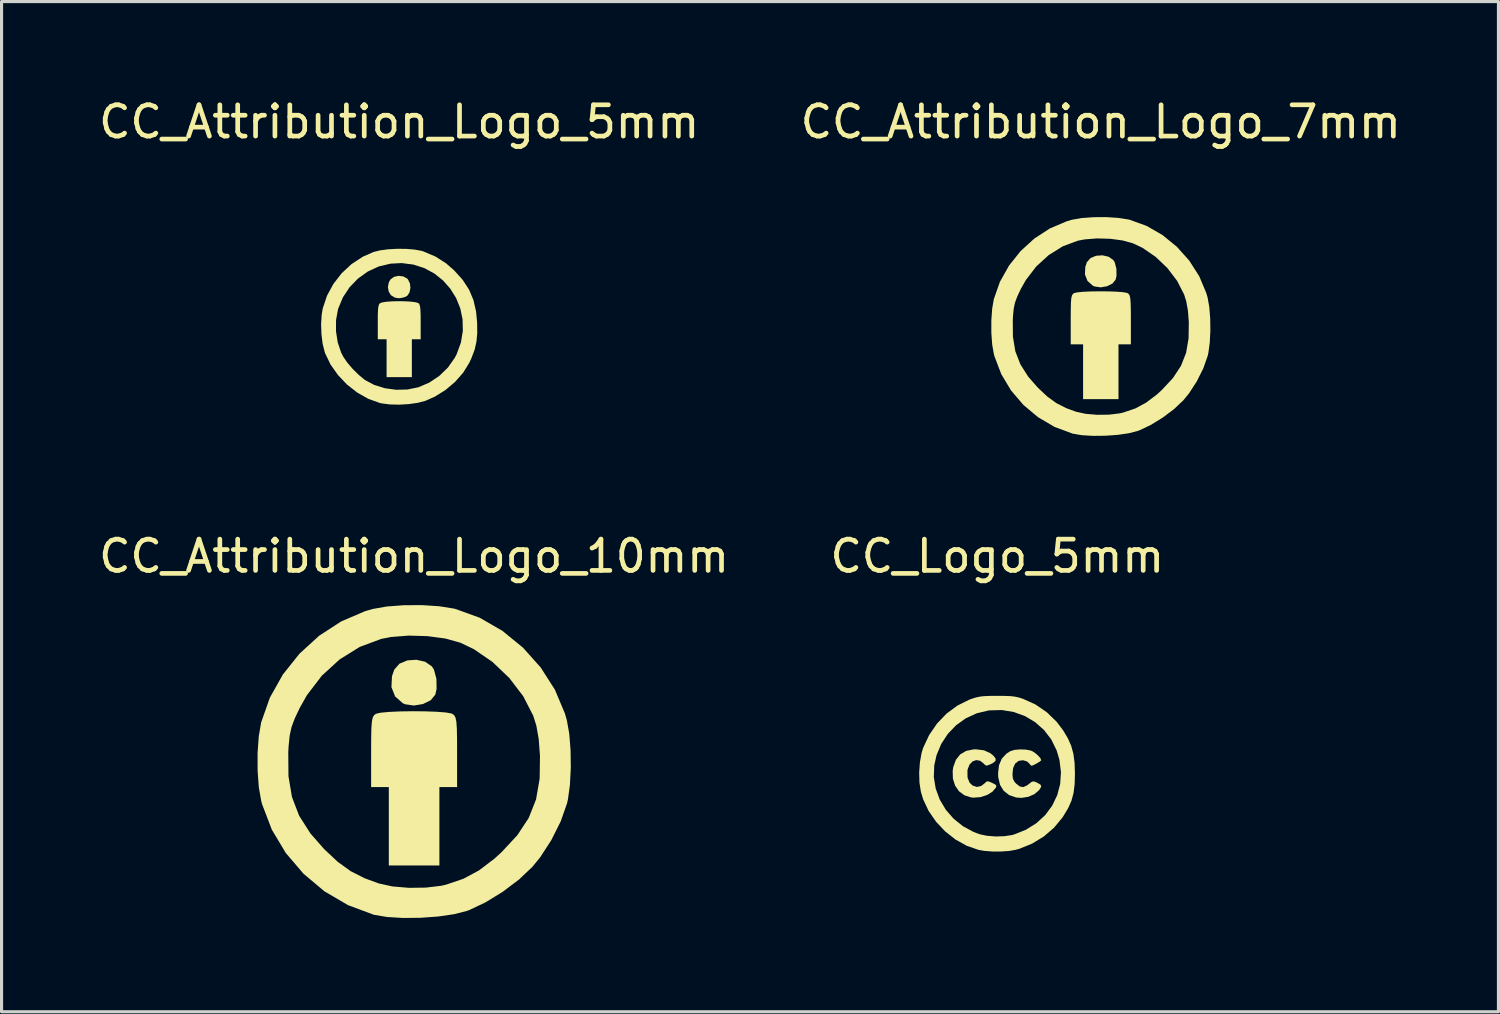
<source format=kicad_pcb>
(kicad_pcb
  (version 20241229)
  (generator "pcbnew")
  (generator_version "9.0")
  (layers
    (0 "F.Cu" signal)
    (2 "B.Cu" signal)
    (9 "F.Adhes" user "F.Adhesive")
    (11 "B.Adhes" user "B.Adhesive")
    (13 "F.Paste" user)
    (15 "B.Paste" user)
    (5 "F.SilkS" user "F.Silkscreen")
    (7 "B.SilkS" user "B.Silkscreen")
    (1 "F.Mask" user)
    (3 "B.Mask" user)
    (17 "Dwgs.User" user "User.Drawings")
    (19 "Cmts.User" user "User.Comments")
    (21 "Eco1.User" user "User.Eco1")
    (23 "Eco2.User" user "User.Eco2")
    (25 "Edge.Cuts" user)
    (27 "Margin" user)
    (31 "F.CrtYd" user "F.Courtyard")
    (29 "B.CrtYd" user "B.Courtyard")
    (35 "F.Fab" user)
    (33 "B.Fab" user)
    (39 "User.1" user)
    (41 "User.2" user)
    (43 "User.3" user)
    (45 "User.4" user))
  (footprint "CC_Attribution_Logo_7mm"
    (layer "F.Cu")
    (at 32.161 7.398)
    (property "Reference" "CC_Attribution_Logo_7mm" (at 0 -6.55 0) (unlocked yes) (layer "F.SilkS") (effects (font (size 1 1) (thickness 0.15))))
    (attr exclude_from_pos_files exclude_from_bom)
    (fp_poly (pts (xy 0.248 -2.237) (xy 0.398 -2.133) (xy 0.444 -2.062) (xy 0.499 -1.854) (xy 0.503 -1.628) (xy 0.474 -1.502) (xy 0.371 -1.376) (xy 0.199 -1.291) (xy -0.004 -1.257) (xy -0.199 -1.285) (xy -0.255 -1.31) (xy -0.425 -1.461) (xy -0.507 -1.669) (xy -0.495 -1.912) (xy -0.444 -2.062) (xy -0.328 -2.194) (xy -0.15 -2.267) (xy 0.053 -2.281)) (stroke (width 0) (type solid)) (fill yes) (layer "F.SilkS"))
    (fp_poly (pts (xy 0.247 -1.127) (xy 0.505 -1.118) (xy 0.71 -1.102) (xy 0.837 -1.079) (xy 0.852 -1.073) (xy 0.896 -1.041) (xy 0.926 -0.987) (xy 0.945 -0.892) (xy 0.956 -0.739) (xy 0.961 -0.507) (xy 0.962 -0.224) (xy 0.962 0.566) (xy 0.566 0.566) (xy 0.566 2.319) (xy -0.566 2.319) (xy -0.566 0.566) (xy -0.962 0.566) (xy -0.962 -0.224) (xy -0.96 -0.54) (xy -0.955 -0.761) (xy -0.944 -0.907) (xy -0.923 -0.995) (xy -0.891 -1.046) (xy -0.852 -1.073) (xy -0.749 -1.097) (xy -0.559 -1.115) (xy -0.312 -1.126) (xy -0.034 -1.13)) (stroke (width 0) (type solid)) (fill yes) (layer "F.SilkS"))
    (fp_poly (pts (xy 0.562 -3.478) (xy 0.887 -3.427) (xy 0.925 -3.418) (xy 1.468 -3.221) (xy 1.976 -2.928) (xy 2.435 -2.553) (xy 2.831 -2.11) (xy 3.148 -1.614) (xy 3.373 -1.08) (xy 3.418 -0.925) (xy 3.471 -0.625) (xy 3.5 -0.257) (xy 3.505 0.137) (xy 3.485 0.517) (xy 3.441 0.841) (xy 3.421 0.93) (xy 3.28 1.333) (xy 3.07 1.752) (xy 2.819 2.139) (xy 2.643 2.354) (xy 2.345 2.636) (xy 1.984 2.908) (xy 1.6 3.144) (xy 1.233 3.318) (xy 1.18 3.337) (xy 0.897 3.41) (xy 0.541 3.462) (xy 0.148 3.49) (xy -0.247 3.494) (xy -0.606 3.473) (xy -0.893 3.424) (xy -0.905 3.421) (xy -1.48 3.207) (xy -2.006 2.898) (xy -2.474 2.506) (xy -2.87 2.043) (xy -3.183 1.52) (xy -3.401 0.949) (xy -3.42 0.879) (xy -3.474 0.573) (xy -3.501 0.2) (xy -3.501 -0.195) (xy -3.5 -0.212) (xy -2.815 -0.212) (xy -2.811 0.323) (xy -2.733 0.789) (xy -2.571 1.208) (xy -2.319 1.604) (xy -2.008 1.958) (xy -1.707 2.24) (xy -1.42 2.447) (xy -1.107 2.607) (xy -0.792 2.722) (xy -0.485 2.789) (xy -0.118 2.82) (xy 0.262 2.816) (xy 0.608 2.774) (xy 0.716 2.749) (xy 1.103 2.618) (xy 1.451 2.431) (xy 1.795 2.17) (xy 1.954 2.025) (xy 2.309 1.644) (xy 2.564 1.256) (xy 2.728 0.841) (xy 2.808 0.377) (xy 2.816 -0.135) (xy 2.787 -0.511) (xy 2.734 -0.808) (xy 2.664 -1.032) (xy 2.441 -1.465) (xy 2.13 -1.874) (xy 1.753 -2.233) (xy 1.335 -2.52) (xy 1.032 -2.664) (xy 0.697 -2.757) (xy 0.298 -2.81) (xy -0.121 -2.822) (xy -0.519 -2.79) (xy -0.737 -2.748) (xy -1.218 -2.568) (xy -1.665 -2.289) (xy -2.064 -1.925) (xy -2.398 -1.489) (xy -2.557 -1.207) (xy -2.671 -0.966) (xy -2.742 -0.775) (xy -2.784 -0.586) (xy -2.807 -0.352) (xy -2.815 -0.212) (xy -3.5 -0.212) (xy -3.475 -0.569) (xy -3.422 -0.879) (xy -3.422 -0.879) (xy -3.226 -1.435) (xy -2.935 -1.953) (xy -2.563 -2.419) (xy -2.124 -2.819) (xy -1.63 -3.14) (xy -1.095 -3.368) (xy -0.925 -3.418) (xy -0.611 -3.473) (xy -0.23 -3.501) (xy 0.175 -3.503)) (stroke (width 0) (type solid)) (fill yes) (layer "F.SilkS")))
  (footprint "CC_Attribution_Logo_10mm"
    (layer "F.Cu")
    (at 10.196 21.291)
    (property "Reference" "CC_Attribution_Logo_10mm" (at 0 -6.55 0) (unlocked yes) (layer "F.SilkS") (effects (font (size 1 1) (thickness 0.15))))
    (attr exclude_from_pos_files exclude_from_bom)
    (fp_poly (pts (xy 0.354 -3.173) (xy 0.568 -3.025) (xy 0.634 -2.923) (xy 0.714 -2.626) (xy 0.719 -2.303) (xy 0.678 -2.122) (xy 0.531 -1.942) (xy 0.284 -1.821) (xy -0.006 -1.773) (xy -0.284 -1.813) (xy -0.364 -1.848) (xy -0.608 -2.065) (xy -0.725 -2.361) (xy -0.708 -2.709) (xy -0.634 -2.923) (xy -0.468 -3.112) (xy -0.215 -3.217) (xy 0.076 -3.237)) (stroke (width 0) (type solid)) (fill yes) (layer "F.SilkS"))
    (fp_poly (pts (xy 0.354 -1.587) (xy 0.722 -1.574) (xy 1.016 -1.551) (xy 1.197 -1.518) (xy 1.219 -1.509) (xy 1.281 -1.463) (xy 1.324 -1.386) (xy 1.352 -1.251) (xy 1.367 -1.031) (xy 1.374 -0.7) (xy 1.375 -0.296) (xy 1.375 0.834) (xy 0.809 0.834) (xy 0.809 3.342) (xy -0.809 3.342) (xy -0.809 0.834) (xy -1.375 0.834) (xy -1.375 -0.296) (xy -1.373 -0.747) (xy -1.366 -1.063) (xy -1.349 -1.272) (xy -1.32 -1.398) (xy -1.275 -1.47) (xy -1.219 -1.509) (xy -1.07 -1.544) (xy -0.8 -1.569) (xy -0.446 -1.585) (xy -0.048 -1.591)) (stroke (width 0) (type solid)) (fill yes) (layer "F.SilkS"))
    (fp_poly (pts (xy 0.803 -4.949) (xy 1.269 -4.875) (xy 1.323 -4.862) (xy 2.099 -4.581) (xy 2.825 -4.162) (xy 3.482 -3.625) (xy 4.048 -2.992) (xy 4.502 -2.283) (xy 4.824 -1.519) (xy 4.887 -1.298) (xy 4.963 -0.868) (xy 5.005 -0.342) (xy 5.012 0.221) (xy 4.984 0.764) (xy 4.921 1.227) (xy 4.892 1.355) (xy 4.69 1.931) (xy 4.39 2.53) (xy 4.031 3.084) (xy 3.779 3.391) (xy 3.353 3.794) (xy 2.837 4.183) (xy 2.288 4.521) (xy 1.762 4.77) (xy 1.687 4.797) (xy 1.283 4.901) (xy 0.773 4.975) (xy 0.211 5.016) (xy -0.353 5.022) (xy -0.866 4.991) (xy -1.278 4.922) (xy -1.294 4.917) (xy -2.116 4.611) (xy -2.869 4.169) (xy -3.537 3.608) (xy -4.103 2.946) (xy -4.551 2.198) (xy -4.863 1.382) (xy -4.89 1.282) (xy -4.967 0.844) (xy -5.006 0.311) (xy -5.007 -0.254) (xy -5.005 -0.279) (xy -4.025 -0.279) (xy -4.019 0.487) (xy -3.907 1.153) (xy -3.677 1.753) (xy -3.316 2.319) (xy -2.872 2.825) (xy -2.441 3.228) (xy -2.03 3.525) (xy -1.582 3.752) (xy -1.132 3.917) (xy -0.694 4.013) (xy -0.169 4.058) (xy 0.375 4.051) (xy 0.869 3.992) (xy 1.024 3.956) (xy 1.577 3.768) (xy 2.075 3.501) (xy 2.566 3.128) (xy 2.794 2.921) (xy 3.302 2.375) (xy 3.667 1.821) (xy 3.901 1.228) (xy 4.016 0.565) (xy 4.026 -0.167) (xy 3.985 -0.705) (xy 3.91 -1.131) (xy 3.809 -1.451) (xy 3.491 -2.07) (xy 3.045 -2.654) (xy 2.506 -3.168) (xy 1.908 -3.578) (xy 1.476 -3.784) (xy 0.997 -3.917) (xy 0.426 -3.993) (xy -0.174 -4.01) (xy -0.742 -3.965) (xy -1.054 -3.904) (xy -1.741 -3.647) (xy -2.381 -3.249) (xy -2.951 -2.728) (xy -3.429 -2.104) (xy -3.656 -1.701) (xy -3.819 -1.357) (xy -3.921 -1.083) (xy -3.98 -0.812) (xy -4.014 -0.479) (xy -4.025 -0.279) (xy -5.005 -0.279) (xy -4.969 -0.789) (xy -4.893 -1.232) (xy -4.893 -1.232) (xy -4.613 -2.027) (xy -4.197 -2.767) (xy -3.665 -3.433) (xy -3.037 -4.006) (xy -2.33 -4.465) (xy -1.566 -4.792) (xy -1.323 -4.862) (xy -0.874 -4.941) (xy -0.33 -4.982) (xy 0.25 -4.985)) (stroke (width 0) (type solid)) (fill yes) (layer "F.SilkS")))
  (footprint "CC_Logo_5mm"
    (layer "F.Cu")
    (at 28.851 21.691)
    (property "Reference" "CC_Logo_5mm" (at 0 -6.95 0) (unlocked yes) (layer "F.SilkS") (effects (font (size 1 1) (thickness 0.15))))
    (attr exclude_from_pos_files exclude_from_bom)
    (fp_poly (pts (xy -0.429 -0.741) (xy -0.222 -0.648) (xy -0.119 -0.563) (xy -0.053 -0.474) (xy -0.058 -0.401) (xy -0.139 -0.334) (xy -0.201 -0.303) (xy -0.303 -0.26) (xy -0.361 -0.253) (xy -0.404 -0.283) (xy -0.433 -0.316) (xy -0.551 -0.407) (xy -0.676 -0.428) (xy -0.794 -0.384) (xy -0.89 -0.282) (xy -0.949 -0.13) (xy -0.956 -0.079) (xy -0.952 0.134) (xy -0.885 0.296) (xy -0.79 0.386) (xy -0.654 0.431) (xy -0.516 0.401) (xy -0.406 0.316) (xy -0.352 0.264) (xy -0.303 0.25) (xy -0.229 0.273) (xy -0.164 0.302) (xy -0.065 0.353) (xy -0.029 0.395) (xy -0.042 0.447) (xy -0.042 0.448) (xy -0.158 0.585) (xy -0.33 0.69) (xy -0.536 0.756) (xy -0.758 0.774) (xy -0.839 0.766) (xy -1.053 0.698) (xy -1.226 0.569) (xy -1.35 0.389) (xy -1.42 0.169) (xy -1.428 -0.08) (xy -1.409 -0.205) (xy -1.325 -0.437) (xy -1.187 -0.61) (xy -0.997 -0.722) (xy -0.757 -0.771) (xy -0.684 -0.773)) (stroke (width 0) (type solid)) (fill yes) (layer "F.SilkS"))
    (fp_poly (pts (xy 0.907 -0.764) (xy 1.063 -0.735) (xy 1.119 -0.713) (xy 1.221 -0.646) (xy 1.314 -0.563) (xy 1.381 -0.483) (xy 1.404 -0.425) (xy 1.401 -0.417) (xy 1.354 -0.378) (xy 1.264 -0.323) (xy 1.231 -0.305) (xy 1.136 -0.257) (xy 1.085 -0.249) (xy 1.054 -0.278) (xy 1.043 -0.297) (xy 0.952 -0.384) (xy 0.823 -0.423) (xy 0.688 -0.404) (xy 0.684 -0.403) (xy 0.571 -0.317) (xy 0.505 -0.172) (xy 0.485 0.025) (xy 0.497 0.161) (xy 0.545 0.261) (xy 0.603 0.326) (xy 0.722 0.418) (xy 0.833 0.436) (xy 0.955 0.38) (xy 1.009 0.337) (xy 1.094 0.271) (xy 1.156 0.252) (xy 1.231 0.275) (xy 1.275 0.296) (xy 1.376 0.353) (xy 1.406 0.408) (xy 1.372 0.484) (xy 1.334 0.535) (xy 1.188 0.661) (xy 0.993 0.746) (xy 0.775 0.781) (xy 0.605 0.769) (xy 0.377 0.691) (xy 0.204 0.555) (xy 0.087 0.364) (xy 0.03 0.121) (xy 0.024 0) (xy 0.054 -0.263) (xy 0.144 -0.474) (xy 0.296 -0.637) (xy 0.418 -0.714) (xy 0.55 -0.754) (xy 0.724 -0.77)) (stroke (width 0) (type solid)) (fill yes) (layer "F.SilkS"))
    (fp_poly (pts (xy 0.239 -2.481) (xy 0.418 -2.474) (xy 0.558 -2.458) (xy 0.681 -2.432) (xy 0.807 -2.393) (xy 0.815 -2.39) (xy 1.217 -2.209) (xy 1.582 -1.96) (xy 1.901 -1.65) (xy 2.107 -1.377) (xy 2.258 -1.123) (xy 2.365 -0.881) (xy 2.434 -0.627) (xy 2.472 -0.339) (xy 2.483 0.003) (xy 2.483 0.02) (xy 2.473 0.352) (xy 2.438 0.628) (xy 2.372 0.872) (xy 2.268 1.106) (xy 2.119 1.354) (xy 2.083 1.409) (xy 1.815 1.734) (xy 1.488 2.015) (xy 1.117 2.242) (xy 0.715 2.406) (xy 0.587 2.442) (xy 0.375 2.479) (xy 0.116 2.496) (xy -0.158 2.496) (xy -0.414 2.476) (xy -0.597 2.445) (xy -0.978 2.313) (xy -1.339 2.112) (xy -1.67 1.851) (xy -1.959 1.544) (xy -2.197 1.199) (xy -2.372 0.827) (xy -2.446 0.581) (xy -2.49 0.293) (xy -2.495 0.117) (xy -2.031 0.117) (xy -1.97 0.485) (xy -1.841 0.835) (xy -1.649 1.158) (xy -1.4 1.445) (xy -1.101 1.686) (xy -0.757 1.872) (xy -0.568 1.943) (xy -0.333 1.993) (xy -0.058 2.015) (xy 0.222 2.007) (xy 0.472 1.969) (xy 0.528 1.954) (xy 0.914 1.801) (xy 1.25 1.591) (xy 1.532 1.332) (xy 1.755 1.031) (xy 1.916 0.696) (xy 2.011 0.335) (xy 2.036 -0.045) (xy 1.987 -0.436) (xy 1.898 -0.738) (xy 1.726 -1.088) (xy 1.493 -1.391) (xy 1.21 -1.642) (xy 0.885 -1.835) (xy 0.526 -1.966) (xy 0.144 -2.029) (xy -0.253 -2.018) (xy -0.282 -2.015) (xy -0.661 -1.924) (xy -1.01 -1.763) (xy -1.32 -1.541) (xy -1.584 -1.265) (xy -1.795 -0.942) (xy -1.945 -0.581) (xy -2.017 -0.259) (xy -2.031 0.117) (xy -2.495 0.117) (xy -2.499 -0.029) (xy -2.476 -0.356) (xy -2.422 -0.655) (xy -2.373 -0.817) (xy -2.181 -1.228) (xy -1.929 -1.596) (xy -1.626 -1.913) (xy -1.279 -2.17) (xy -0.895 -2.361) (xy -0.815 -2.39) (xy -0.688 -2.43) (xy -0.566 -2.457) (xy -0.427 -2.473) (xy -0.251 -2.481) (xy -0.017 -2.483) (xy 0 -2.483)) (stroke (width 0) (type solid)) (fill yes) (layer "F.SilkS")))
  (footprint "CC_Attribution_Logo_5mm"
    (layer "F.Cu")
    (at 9.72 7.398)
    (property "Reference" "CC_Attribution_Logo_5mm" (at 0 -6.55 0) (unlocked yes) (layer "F.SilkS") (effects (font (size 1 1) (thickness 0.15))))
    (attr exclude_from_pos_files exclude_from_bom)
    (fp_poly (pts (xy 0.127 -1.607) (xy 0.252 -1.539) (xy 0.28 -1.509) (xy 0.343 -1.381) (xy 0.358 -1.236) (xy 0.33 -1.099) (xy 0.263 -0.992) (xy 0.186 -0.947) (xy 0.059 -0.915) (xy -0.032 -0.909) (xy -0.126 -0.927) (xy -0.145 -0.932) (xy -0.264 -1.004) (xy -0.338 -1.124) (xy -0.362 -1.27) (xy -0.332 -1.419) (xy -0.28 -1.509) (xy -0.168 -1.592) (xy -0.023 -1.624)) (stroke (width 0) (type solid)) (fill yes) (layer "F.SilkS"))
    (fp_poly (pts (xy 0.152 -0.812) (xy 0.34 -0.802) (xy 0.495 -0.785) (xy 0.597 -0.759) (xy 0.623 -0.744) (xy 0.65 -0.703) (xy 0.668 -0.632) (xy 0.679 -0.519) (xy 0.685 -0.35) (xy 0.686 -0.138) (xy 0.686 0.404) (xy 0.404 0.404) (xy 0.404 1.615) (xy -0.404 1.615) (xy -0.404 0.404) (xy -0.686 0.404) (xy -0.686 -0.138) (xy -0.685 -0.369) (xy -0.679 -0.532) (xy -0.667 -0.64) (xy -0.648 -0.707) (xy -0.623 -0.744) (xy -0.553 -0.773) (xy -0.422 -0.795) (xy -0.248 -0.808) (xy -0.05 -0.814)) (stroke (width 0) (type solid)) (fill yes) (layer "F.SilkS"))
    (fp_poly (pts (xy 0.225 -2.487) (xy 0.492 -2.465) (xy 0.713 -2.424) (xy 0.767 -2.408) (xy 1.159 -2.242) (xy 1.501 -2.023) (xy 1.76 -1.797) (xy 2.032 -1.493) (xy 2.234 -1.183) (xy 2.374 -0.851) (xy 2.459 -0.48) (xy 2.492 -0.121) (xy 2.496 0.207) (xy 2.47 0.486) (xy 2.41 0.745) (xy 2.308 1.012) (xy 2.24 1.158) (xy 2.046 1.472) (xy 1.788 1.766) (xy 1.48 2.027) (xy 1.139 2.24) (xy 0.832 2.375) (xy 0.591 2.438) (xy 0.301 2.478) (xy -0.009 2.496) (xy -0.308 2.488) (xy -0.568 2.454) (xy -0.62 2.442) (xy -0.988 2.31) (xy -1.342 2.11) (xy -1.67 1.853) (xy -1.958 1.55) (xy -2.195 1.215) (xy -2.367 0.859) (xy -2.385 0.808) (xy -2.45 0.547) (xy -2.488 0.241) (xy -2.491 0.147) (xy -2.023 0.147) (xy -1.968 0.501) (xy -1.859 0.827) (xy -1.786 0.969) (xy -1.66 1.152) (xy -1.49 1.351) (xy -1.3 1.539) (xy -1.117 1.691) (xy -1.095 1.707) (xy -0.8 1.865) (xy -0.461 1.97) (xy -0.1 2.02) (xy 0.263 2.011) (xy 0.61 1.94) (xy 0.612 1.94) (xy 0.961 1.791) (xy 1.281 1.577) (xy 1.558 1.308) (xy 1.777 0.997) (xy 1.838 0.88) (xy 1.974 0.506) (xy 2.035 0.133) (xy 2.026 -0.233) (xy 1.953 -0.584) (xy 1.82 -0.914) (xy 1.633 -1.215) (xy 1.398 -1.48) (xy 1.12 -1.701) (xy 0.804 -1.872) (xy 0.455 -1.985) (xy 0.078 -2.033) (xy -0.282 -2.014) (xy -0.657 -1.924) (xy -1.006 -1.762) (xy -1.319 -1.538) (xy -1.588 -1.26) (xy -1.802 -0.936) (xy -1.952 -0.575) (xy -1.96 -0.547) (xy -2.021 -0.21) (xy -2.023 0.147) (xy -2.491 0.147) (xy -2.499 -0.081) (xy -2.48 -0.385) (xy -2.446 -0.583) (xy -2.311 -0.988) (xy -2.106 -1.366) (xy -1.841 -1.707) (xy -1.526 -2) (xy -1.168 -2.235) (xy -0.821 -2.388) (xy -0.611 -2.44) (xy -0.351 -2.474) (xy -0.064 -2.49)) (stroke (width 0) (type solid)) (fill yes) (layer "F.SilkS")))
  (gr_rect
    (start -3 -3)
    (end 44.881 29.313)
    (stroke (width 0.1) (type default))
    (fill no)
    (layer "Edge.Cuts")))
</source>
